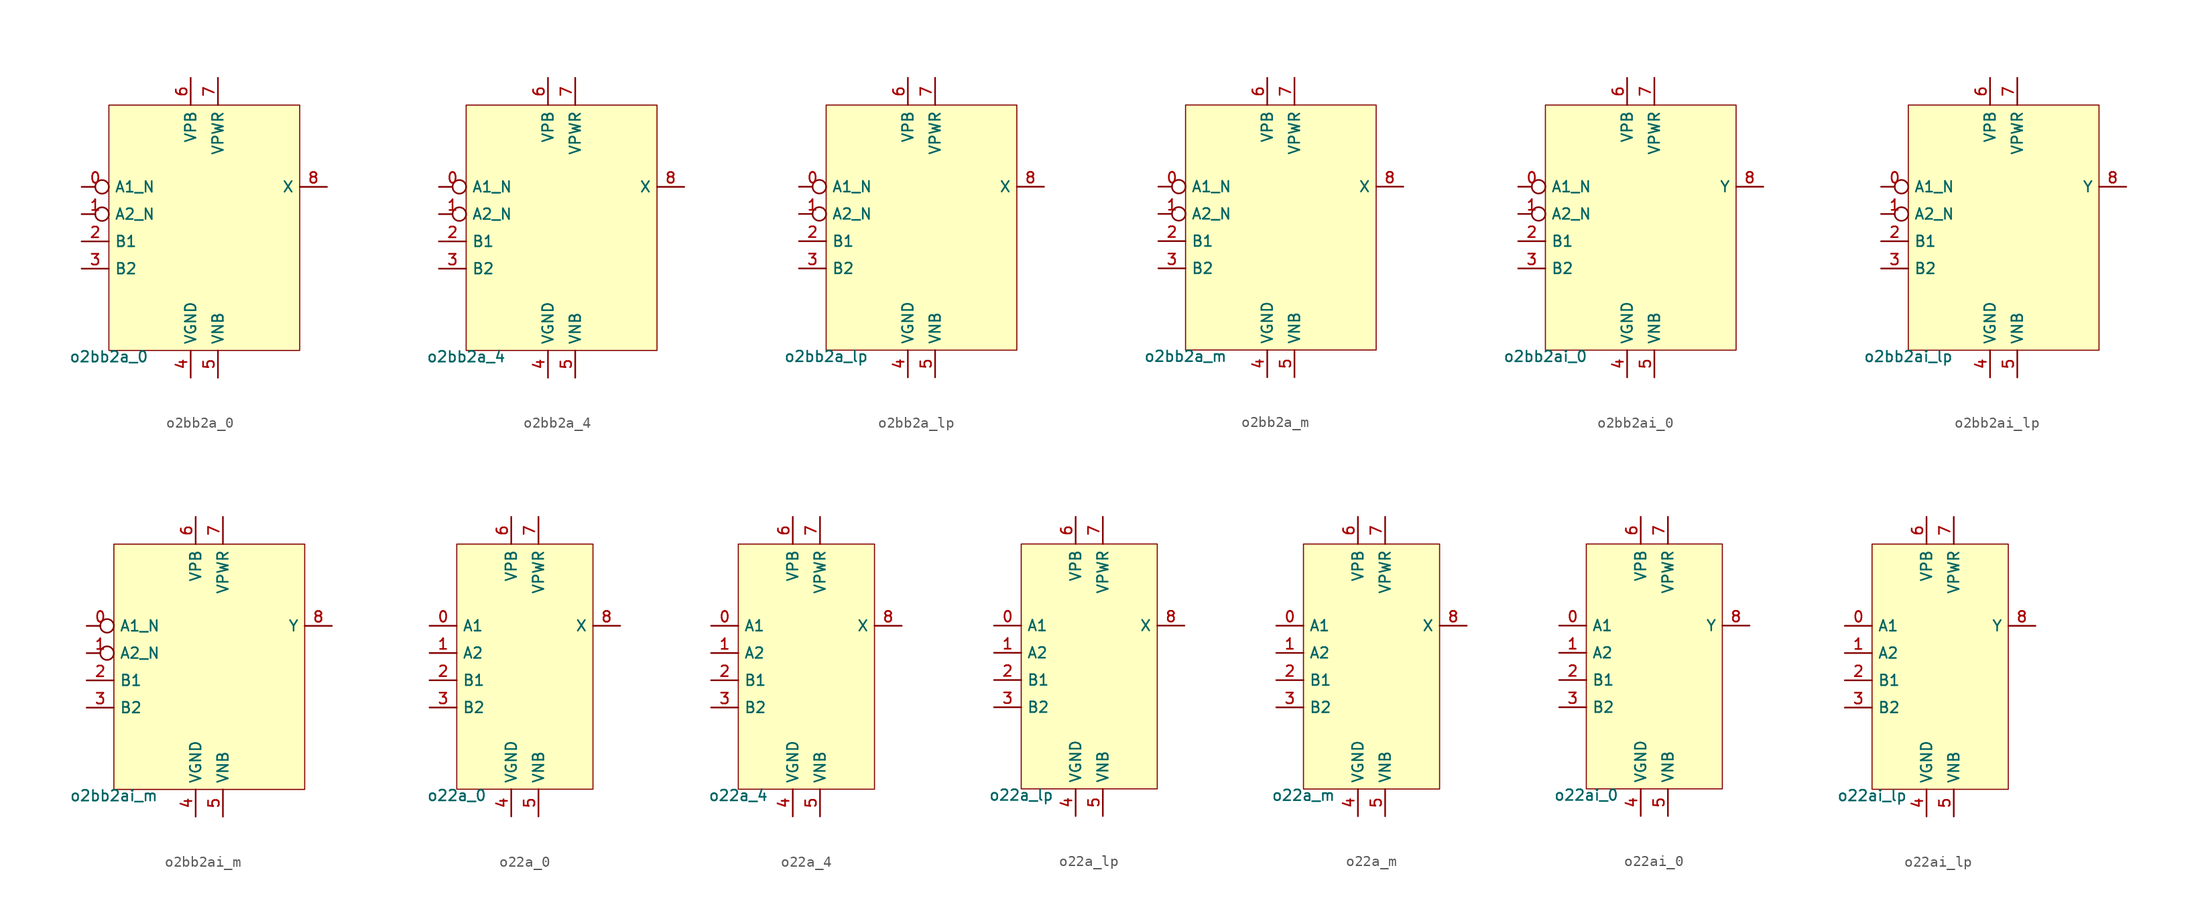
<source format=kicad_sym>
(kicad_symbol_lib
  (version 20211014)
  (generator pdk2kicad)
  (symbol "o2bb2a_0"
    (property "Reference" "X"
      (at 0 0 0)
      (effects (font (size 1 1)) hide))
    (property "Value" "o2bb2a_0"
      (at -8.89 -11.43 0)
      (effects (font (size 1 1)) (justify top)))
    (rectangle
      (start -8.89 -11.43)
      (end 8.89 11.43)
      (stroke (width 0.1) (type solid) (color 0 0 0 0))
      (fill (type background)))
    (pin input inverted
      (at -11.43 3.81 0)
      (length 2.54)
      (name "A1_N" (effects (font (size 1 1)) hide))
      (number "0" (effects (font (size 1 1)) hide)))
    (pin input inverted
      (at -11.43 1.27 0)
      (length 2.54)
      (name "A2_N" (effects (font (size 1 1)) hide))
      (number "1" (effects (font (size 1 1)) hide)))
    (pin input line
      (at -11.43 -1.27 0)
      (length 2.54)
      (name "B1" (effects (font (size 1 1)) hide))
      (number "2" (effects (font (size 1 1)) hide)))
    (pin input line
      (at -11.43 -3.81 0)
      (length 2.54)
      (name "B2" (effects (font (size 1 1)) hide))
      (number "3" (effects (font (size 1 1)) hide)))
    (pin power_in line
      (at -1.27 -13.97 90)
      (length 2.54)
      (name "VGND" (effects (font (size 1 1)) hide))
      (number "4" (effects (font (size 1 1)) hide)))
    (pin power_in line
      (at 1.27 -13.97 90)
      (length 2.54)
      (name "VNB" (effects (font (size 1 1)) hide))
      (number "5" (effects (font (size 1 1)) hide)))
    (pin power_in line
      (at -1.27 13.97 270)
      (length 2.54)
      (name "VPB" (effects (font (size 1 1)) hide))
      (number "6" (effects (font (size 1 1)) hide)))
    (pin power_in line
      (at 1.27 13.97 270)
      (length 2.54)
      (name "VPWR" (effects (font (size 1 1)) hide))
      (number "7" (effects (font (size 1 1)) hide)))
    (pin output line
      (at 11.43 3.81 180)
      (length 2.54)
      (name "X" (effects (font (size 1 1)) hide))
      (number "8" (effects (font (size 1 1)) hide))))
  (symbol "o2bb2a_4"
    (property "Reference" "X"
      (at 0 0 0)
      (effects (font (size 1 1)) hide))
    (property "Value" "o2bb2a_4"
      (at -8.89 -11.43 0)
      (effects (font (size 1 1)) (justify top)))
    (rectangle
      (start -8.89 -11.43)
      (end 8.89 11.43)
      (stroke (width 0.1) (type solid) (color 0 0 0 0))
      (fill (type background)))
    (pin input inverted
      (at -11.43 3.81 0)
      (length 2.54)
      (name "A1_N" (effects (font (size 1 1)) hide))
      (number "0" (effects (font (size 1 1)) hide)))
    (pin input inverted
      (at -11.43 1.27 0)
      (length 2.54)
      (name "A2_N" (effects (font (size 1 1)) hide))
      (number "1" (effects (font (size 1 1)) hide)))
    (pin input line
      (at -11.43 -1.27 0)
      (length 2.54)
      (name "B1" (effects (font (size 1 1)) hide))
      (number "2" (effects (font (size 1 1)) hide)))
    (pin input line
      (at -11.43 -3.81 0)
      (length 2.54)
      (name "B2" (effects (font (size 1 1)) hide))
      (number "3" (effects (font (size 1 1)) hide)))
    (pin power_in line
      (at -1.27 -13.97 90)
      (length 2.54)
      (name "VGND" (effects (font (size 1 1)) hide))
      (number "4" (effects (font (size 1 1)) hide)))
    (pin power_in line
      (at 1.27 -13.97 90)
      (length 2.54)
      (name "VNB" (effects (font (size 1 1)) hide))
      (number "5" (effects (font (size 1 1)) hide)))
    (pin power_in line
      (at -1.27 13.97 270)
      (length 2.54)
      (name "VPB" (effects (font (size 1 1)) hide))
      (number "6" (effects (font (size 1 1)) hide)))
    (pin power_in line
      (at 1.27 13.97 270)
      (length 2.54)
      (name "VPWR" (effects (font (size 1 1)) hide))
      (number "7" (effects (font (size 1 1)) hide)))
    (pin output line
      (at 11.43 3.81 180)
      (length 2.54)
      (name "X" (effects (font (size 1 1)) hide))
      (number "8" (effects (font (size 1 1)) hide))))
  (symbol "o2bb2a_lp"
    (property "Reference" "X"
      (at 0 0 0)
      (effects (font (size 1 1)) hide))
    (property "Value" "o2bb2a_lp"
      (at -8.89 -11.43 0)
      (effects (font (size 1 1)) (justify top)))
    (rectangle
      (start -8.89 -11.43)
      (end 8.89 11.43)
      (stroke (width 0.1) (type solid) (color 0 0 0 0))
      (fill (type background)))
    (pin input inverted
      (at -11.43 3.81 0)
      (length 2.54)
      (name "A1_N" (effects (font (size 1 1)) hide))
      (number "0" (effects (font (size 1 1)) hide)))
    (pin input inverted
      (at -11.43 1.27 0)
      (length 2.54)
      (name "A2_N" (effects (font (size 1 1)) hide))
      (number "1" (effects (font (size 1 1)) hide)))
    (pin input line
      (at -11.43 -1.27 0)
      (length 2.54)
      (name "B1" (effects (font (size 1 1)) hide))
      (number "2" (effects (font (size 1 1)) hide)))
    (pin input line
      (at -11.43 -3.81 0)
      (length 2.54)
      (name "B2" (effects (font (size 1 1)) hide))
      (number "3" (effects (font (size 1 1)) hide)))
    (pin power_in line
      (at -1.27 -13.97 90)
      (length 2.54)
      (name "VGND" (effects (font (size 1 1)) hide))
      (number "4" (effects (font (size 1 1)) hide)))
    (pin power_in line
      (at 1.27 -13.97 90)
      (length 2.54)
      (name "VNB" (effects (font (size 1 1)) hide))
      (number "5" (effects (font (size 1 1)) hide)))
    (pin power_in line
      (at -1.27 13.97 270)
      (length 2.54)
      (name "VPB" (effects (font (size 1 1)) hide))
      (number "6" (effects (font (size 1 1)) hide)))
    (pin power_in line
      (at 1.27 13.97 270)
      (length 2.54)
      (name "VPWR" (effects (font (size 1 1)) hide))
      (number "7" (effects (font (size 1 1)) hide)))
    (pin output line
      (at 11.43 3.81 180)
      (length 2.54)
      (name "X" (effects (font (size 1 1)) hide))
      (number "8" (effects (font (size 1 1)) hide))))
  (symbol "o2bb2a_m"
    (property "Reference" "X"
      (at 0 0 0)
      (effects (font (size 1 1)) hide))
    (property "Value" "o2bb2a_m"
      (at -8.89 -11.43 0)
      (effects (font (size 1 1)) (justify top)))
    (rectangle
      (start -8.89 -11.43)
      (end 8.89 11.43)
      (stroke (width 0.1) (type solid) (color 0 0 0 0))
      (fill (type background)))
    (pin input inverted
      (at -11.43 3.81 0)
      (length 2.54)
      (name "A1_N" (effects (font (size 1 1)) hide))
      (number "0" (effects (font (size 1 1)) hide)))
    (pin input inverted
      (at -11.43 1.27 0)
      (length 2.54)
      (name "A2_N" (effects (font (size 1 1)) hide))
      (number "1" (effects (font (size 1 1)) hide)))
    (pin input line
      (at -11.43 -1.27 0)
      (length 2.54)
      (name "B1" (effects (font (size 1 1)) hide))
      (number "2" (effects (font (size 1 1)) hide)))
    (pin input line
      (at -11.43 -3.81 0)
      (length 2.54)
      (name "B2" (effects (font (size 1 1)) hide))
      (number "3" (effects (font (size 1 1)) hide)))
    (pin power_in line
      (at -1.27 -13.97 90)
      (length 2.54)
      (name "VGND" (effects (font (size 1 1)) hide))
      (number "4" (effects (font (size 1 1)) hide)))
    (pin power_in line
      (at 1.27 -13.97 90)
      (length 2.54)
      (name "VNB" (effects (font (size 1 1)) hide))
      (number "5" (effects (font (size 1 1)) hide)))
    (pin power_in line
      (at -1.27 13.97 270)
      (length 2.54)
      (name "VPB" (effects (font (size 1 1)) hide))
      (number "6" (effects (font (size 1 1)) hide)))
    (pin power_in line
      (at 1.27 13.97 270)
      (length 2.54)
      (name "VPWR" (effects (font (size 1 1)) hide))
      (number "7" (effects (font (size 1 1)) hide)))
    (pin output line
      (at 11.43 3.81 180)
      (length 2.54)
      (name "X" (effects (font (size 1 1)) hide))
      (number "8" (effects (font (size 1 1)) hide))))
  (symbol "o2bb2ai_0"
    (property "Reference" "X"
      (at 0 0 0)
      (effects (font (size 1 1)) hide))
    (property "Value" "o2bb2ai_0"
      (at -8.89 -11.43 0)
      (effects (font (size 1 1)) (justify top)))
    (rectangle
      (start -8.89 -11.43)
      (end 8.89 11.43)
      (stroke (width 0.1) (type solid) (color 0 0 0 0))
      (fill (type background)))
    (pin input inverted
      (at -11.43 3.81 0)
      (length 2.54)
      (name "A1_N" (effects (font (size 1 1)) hide))
      (number "0" (effects (font (size 1 1)) hide)))
    (pin input inverted
      (at -11.43 1.27 0)
      (length 2.54)
      (name "A2_N" (effects (font (size 1 1)) hide))
      (number "1" (effects (font (size 1 1)) hide)))
    (pin input line
      (at -11.43 -1.27 0)
      (length 2.54)
      (name "B1" (effects (font (size 1 1)) hide))
      (number "2" (effects (font (size 1 1)) hide)))
    (pin input line
      (at -11.43 -3.81 0)
      (length 2.54)
      (name "B2" (effects (font (size 1 1)) hide))
      (number "3" (effects (font (size 1 1)) hide)))
    (pin power_in line
      (at -1.27 -13.97 90)
      (length 2.54)
      (name "VGND" (effects (font (size 1 1)) hide))
      (number "4" (effects (font (size 1 1)) hide)))
    (pin power_in line
      (at 1.27 -13.97 90)
      (length 2.54)
      (name "VNB" (effects (font (size 1 1)) hide))
      (number "5" (effects (font (size 1 1)) hide)))
    (pin power_in line
      (at -1.27 13.97 270)
      (length 2.54)
      (name "VPB" (effects (font (size 1 1)) hide))
      (number "6" (effects (font (size 1 1)) hide)))
    (pin power_in line
      (at 1.27 13.97 270)
      (length 2.54)
      (name "VPWR" (effects (font (size 1 1)) hide))
      (number "7" (effects (font (size 1 1)) hide)))
    (pin output line
      (at 11.43 3.81 180)
      (length 2.54)
      (name "Y" (effects (font (size 1 1)) hide))
      (number "8" (effects (font (size 1 1)) hide))))
  (symbol "o2bb2ai_lp"
    (property "Reference" "X"
      (at 0 0 0)
      (effects (font (size 1 1)) hide))
    (property "Value" "o2bb2ai_lp"
      (at -8.89 -11.43 0)
      (effects (font (size 1 1)) (justify top)))
    (rectangle
      (start -8.89 -11.43)
      (end 8.89 11.43)
      (stroke (width 0.1) (type solid) (color 0 0 0 0))
      (fill (type background)))
    (pin input inverted
      (at -11.43 3.81 0)
      (length 2.54)
      (name "A1_N" (effects (font (size 1 1)) hide))
      (number "0" (effects (font (size 1 1)) hide)))
    (pin input inverted
      (at -11.43 1.27 0)
      (length 2.54)
      (name "A2_N" (effects (font (size 1 1)) hide))
      (number "1" (effects (font (size 1 1)) hide)))
    (pin input line
      (at -11.43 -1.27 0)
      (length 2.54)
      (name "B1" (effects (font (size 1 1)) hide))
      (number "2" (effects (font (size 1 1)) hide)))
    (pin input line
      (at -11.43 -3.81 0)
      (length 2.54)
      (name "B2" (effects (font (size 1 1)) hide))
      (number "3" (effects (font (size 1 1)) hide)))
    (pin power_in line
      (at -1.27 -13.97 90)
      (length 2.54)
      (name "VGND" (effects (font (size 1 1)) hide))
      (number "4" (effects (font (size 1 1)) hide)))
    (pin power_in line
      (at 1.27 -13.97 90)
      (length 2.54)
      (name "VNB" (effects (font (size 1 1)) hide))
      (number "5" (effects (font (size 1 1)) hide)))
    (pin power_in line
      (at -1.27 13.97 270)
      (length 2.54)
      (name "VPB" (effects (font (size 1 1)) hide))
      (number "6" (effects (font (size 1 1)) hide)))
    (pin power_in line
      (at 1.27 13.97 270)
      (length 2.54)
      (name "VPWR" (effects (font (size 1 1)) hide))
      (number "7" (effects (font (size 1 1)) hide)))
    (pin output line
      (at 11.43 3.81 180)
      (length 2.54)
      (name "Y" (effects (font (size 1 1)) hide))
      (number "8" (effects (font (size 1 1)) hide))))
  (symbol "o2bb2ai_m"
    (property "Reference" "X"
      (at 0 0 0)
      (effects (font (size 1 1)) hide))
    (property "Value" "o2bb2ai_m"
      (at -8.89 -11.43 0)
      (effects (font (size 1 1)) (justify top)))
    (rectangle
      (start -8.89 -11.43)
      (end 8.89 11.43)
      (stroke (width 0.1) (type solid) (color 0 0 0 0))
      (fill (type background)))
    (pin input inverted
      (at -11.43 3.81 0)
      (length 2.54)
      (name "A1_N" (effects (font (size 1 1)) hide))
      (number "0" (effects (font (size 1 1)) hide)))
    (pin input inverted
      (at -11.43 1.27 0)
      (length 2.54)
      (name "A2_N" (effects (font (size 1 1)) hide))
      (number "1" (effects (font (size 1 1)) hide)))
    (pin input line
      (at -11.43 -1.27 0)
      (length 2.54)
      (name "B1" (effects (font (size 1 1)) hide))
      (number "2" (effects (font (size 1 1)) hide)))
    (pin input line
      (at -11.43 -3.81 0)
      (length 2.54)
      (name "B2" (effects (font (size 1 1)) hide))
      (number "3" (effects (font (size 1 1)) hide)))
    (pin power_in line
      (at -1.27 -13.97 90)
      (length 2.54)
      (name "VGND" (effects (font (size 1 1)) hide))
      (number "4" (effects (font (size 1 1)) hide)))
    (pin power_in line
      (at 1.27 -13.97 90)
      (length 2.54)
      (name "VNB" (effects (font (size 1 1)) hide))
      (number "5" (effects (font (size 1 1)) hide)))
    (pin power_in line
      (at -1.27 13.97 270)
      (length 2.54)
      (name "VPB" (effects (font (size 1 1)) hide))
      (number "6" (effects (font (size 1 1)) hide)))
    (pin power_in line
      (at 1.27 13.97 270)
      (length 2.54)
      (name "VPWR" (effects (font (size 1 1)) hide))
      (number "7" (effects (font (size 1 1)) hide)))
    (pin output line
      (at 11.43 3.81 180)
      (length 2.54)
      (name "Y" (effects (font (size 1 1)) hide))
      (number "8" (effects (font (size 1 1)) hide))))
  (symbol "o22a_0"
    (property "Reference" "X"
      (at 0 0 0)
      (effects (font (size 1 1)) hide))
    (property "Value" "o22a_0"
      (at -6.35 -11.43 0)
      (effects (font (size 1 1)) (justify top)))
    (rectangle
      (start -6.35 -11.43)
      (end 6.35 11.43)
      (stroke (width 0.1) (type solid) (color 0 0 0 0))
      (fill (type background)))
    (pin input line
      (at -8.89 3.81 0)
      (length 2.54)
      (name "A1" (effects (font (size 1 1)) hide))
      (number "0" (effects (font (size 1 1)) hide)))
    (pin input line
      (at -8.89 1.27 0)
      (length 2.54)
      (name "A2" (effects (font (size 1 1)) hide))
      (number "1" (effects (font (size 1 1)) hide)))
    (pin input line
      (at -8.89 -1.27 0)
      (length 2.54)
      (name "B1" (effects (font (size 1 1)) hide))
      (number "2" (effects (font (size 1 1)) hide)))
    (pin input line
      (at -8.89 -3.81 0)
      (length 2.54)
      (name "B2" (effects (font (size 1 1)) hide))
      (number "3" (effects (font (size 1 1)) hide)))
    (pin power_in line
      (at -1.27 -13.97 90)
      (length 2.54)
      (name "VGND" (effects (font (size 1 1)) hide))
      (number "4" (effects (font (size 1 1)) hide)))
    (pin power_in line
      (at 1.27 -13.97 90)
      (length 2.54)
      (name "VNB" (effects (font (size 1 1)) hide))
      (number "5" (effects (font (size 1 1)) hide)))
    (pin power_in line
      (at -1.27 13.97 270)
      (length 2.54)
      (name "VPB" (effects (font (size 1 1)) hide))
      (number "6" (effects (font (size 1 1)) hide)))
    (pin power_in line
      (at 1.27 13.97 270)
      (length 2.54)
      (name "VPWR" (effects (font (size 1 1)) hide))
      (number "7" (effects (font (size 1 1)) hide)))
    (pin output line
      (at 8.89 3.81 180)
      (length 2.54)
      (name "X" (effects (font (size 1 1)) hide))
      (number "8" (effects (font (size 1 1)) hide))))
  (symbol "o22a_4"
    (property "Reference" "X"
      (at 0 0 0)
      (effects (font (size 1 1)) hide))
    (property "Value" "o22a_4"
      (at -6.35 -11.43 0)
      (effects (font (size 1 1)) (justify top)))
    (rectangle
      (start -6.35 -11.43)
      (end 6.35 11.43)
      (stroke (width 0.1) (type solid) (color 0 0 0 0))
      (fill (type background)))
    (pin input line
      (at -8.89 3.81 0)
      (length 2.54)
      (name "A1" (effects (font (size 1 1)) hide))
      (number "0" (effects (font (size 1 1)) hide)))
    (pin input line
      (at -8.89 1.27 0)
      (length 2.54)
      (name "A2" (effects (font (size 1 1)) hide))
      (number "1" (effects (font (size 1 1)) hide)))
    (pin input line
      (at -8.89 -1.27 0)
      (length 2.54)
      (name "B1" (effects (font (size 1 1)) hide))
      (number "2" (effects (font (size 1 1)) hide)))
    (pin input line
      (at -8.89 -3.81 0)
      (length 2.54)
      (name "B2" (effects (font (size 1 1)) hide))
      (number "3" (effects (font (size 1 1)) hide)))
    (pin power_in line
      (at -1.27 -13.97 90)
      (length 2.54)
      (name "VGND" (effects (font (size 1 1)) hide))
      (number "4" (effects (font (size 1 1)) hide)))
    (pin power_in line
      (at 1.27 -13.97 90)
      (length 2.54)
      (name "VNB" (effects (font (size 1 1)) hide))
      (number "5" (effects (font (size 1 1)) hide)))
    (pin power_in line
      (at -1.27 13.97 270)
      (length 2.54)
      (name "VPB" (effects (font (size 1 1)) hide))
      (number "6" (effects (font (size 1 1)) hide)))
    (pin power_in line
      (at 1.27 13.97 270)
      (length 2.54)
      (name "VPWR" (effects (font (size 1 1)) hide))
      (number "7" (effects (font (size 1 1)) hide)))
    (pin output line
      (at 8.89 3.81 180)
      (length 2.54)
      (name "X" (effects (font (size 1 1)) hide))
      (number "8" (effects (font (size 1 1)) hide))))
  (symbol "o22a_lp"
    (property "Reference" "X"
      (at 0 0 0)
      (effects (font (size 1 1)) hide))
    (property "Value" "o22a_lp"
      (at -6.35 -11.43 0)
      (effects (font (size 1 1)) (justify top)))
    (rectangle
      (start -6.35 -11.43)
      (end 6.35 11.43)
      (stroke (width 0.1) (type solid) (color 0 0 0 0))
      (fill (type background)))
    (pin input line
      (at -8.89 3.81 0)
      (length 2.54)
      (name "A1" (effects (font (size 1 1)) hide))
      (number "0" (effects (font (size 1 1)) hide)))
    (pin input line
      (at -8.89 1.27 0)
      (length 2.54)
      (name "A2" (effects (font (size 1 1)) hide))
      (number "1" (effects (font (size 1 1)) hide)))
    (pin input line
      (at -8.89 -1.27 0)
      (length 2.54)
      (name "B1" (effects (font (size 1 1)) hide))
      (number "2" (effects (font (size 1 1)) hide)))
    (pin input line
      (at -8.89 -3.81 0)
      (length 2.54)
      (name "B2" (effects (font (size 1 1)) hide))
      (number "3" (effects (font (size 1 1)) hide)))
    (pin power_in line
      (at -1.27 -13.97 90)
      (length 2.54)
      (name "VGND" (effects (font (size 1 1)) hide))
      (number "4" (effects (font (size 1 1)) hide)))
    (pin power_in line
      (at 1.27 -13.97 90)
      (length 2.54)
      (name "VNB" (effects (font (size 1 1)) hide))
      (number "5" (effects (font (size 1 1)) hide)))
    (pin power_in line
      (at -1.27 13.97 270)
      (length 2.54)
      (name "VPB" (effects (font (size 1 1)) hide))
      (number "6" (effects (font (size 1 1)) hide)))
    (pin power_in line
      (at 1.27 13.97 270)
      (length 2.54)
      (name "VPWR" (effects (font (size 1 1)) hide))
      (number "7" (effects (font (size 1 1)) hide)))
    (pin output line
      (at 8.89 3.81 180)
      (length 2.54)
      (name "X" (effects (font (size 1 1)) hide))
      (number "8" (effects (font (size 1 1)) hide))))
  (symbol "o22a_m"
    (property "Reference" "X"
      (at 0 0 0)
      (effects (font (size 1 1)) hide))
    (property "Value" "o22a_m"
      (at -6.35 -11.43 0)
      (effects (font (size 1 1)) (justify top)))
    (rectangle
      (start -6.35 -11.43)
      (end 6.35 11.43)
      (stroke (width 0.1) (type solid) (color 0 0 0 0))
      (fill (type background)))
    (pin input line
      (at -8.89 3.81 0)
      (length 2.54)
      (name "A1" (effects (font (size 1 1)) hide))
      (number "0" (effects (font (size 1 1)) hide)))
    (pin input line
      (at -8.89 1.27 0)
      (length 2.54)
      (name "A2" (effects (font (size 1 1)) hide))
      (number "1" (effects (font (size 1 1)) hide)))
    (pin input line
      (at -8.89 -1.27 0)
      (length 2.54)
      (name "B1" (effects (font (size 1 1)) hide))
      (number "2" (effects (font (size 1 1)) hide)))
    (pin input line
      (at -8.89 -3.81 0)
      (length 2.54)
      (name "B2" (effects (font (size 1 1)) hide))
      (number "3" (effects (font (size 1 1)) hide)))
    (pin power_in line
      (at -1.27 -13.97 90)
      (length 2.54)
      (name "VGND" (effects (font (size 1 1)) hide))
      (number "4" (effects (font (size 1 1)) hide)))
    (pin power_in line
      (at 1.27 -13.97 90)
      (length 2.54)
      (name "VNB" (effects (font (size 1 1)) hide))
      (number "5" (effects (font (size 1 1)) hide)))
    (pin power_in line
      (at -1.27 13.97 270)
      (length 2.54)
      (name "VPB" (effects (font (size 1 1)) hide))
      (number "6" (effects (font (size 1 1)) hide)))
    (pin power_in line
      (at 1.27 13.97 270)
      (length 2.54)
      (name "VPWR" (effects (font (size 1 1)) hide))
      (number "7" (effects (font (size 1 1)) hide)))
    (pin output line
      (at 8.89 3.81 180)
      (length 2.54)
      (name "X" (effects (font (size 1 1)) hide))
      (number "8" (effects (font (size 1 1)) hide))))
  (symbol "o22ai_0"
    (property "Reference" "X"
      (at 0 0 0)
      (effects (font (size 1 1)) hide))
    (property "Value" "o22ai_0"
      (at -6.35 -11.43 0)
      (effects (font (size 1 1)) (justify top)))
    (rectangle
      (start -6.35 -11.43)
      (end 6.35 11.43)
      (stroke (width 0.1) (type solid) (color 0 0 0 0))
      (fill (type background)))
    (pin input line
      (at -8.89 3.81 0)
      (length 2.54)
      (name "A1" (effects (font (size 1 1)) hide))
      (number "0" (effects (font (size 1 1)) hide)))
    (pin input line
      (at -8.89 1.27 0)
      (length 2.54)
      (name "A2" (effects (font (size 1 1)) hide))
      (number "1" (effects (font (size 1 1)) hide)))
    (pin input line
      (at -8.89 -1.27 0)
      (length 2.54)
      (name "B1" (effects (font (size 1 1)) hide))
      (number "2" (effects (font (size 1 1)) hide)))
    (pin input line
      (at -8.89 -3.81 0)
      (length 2.54)
      (name "B2" (effects (font (size 1 1)) hide))
      (number "3" (effects (font (size 1 1)) hide)))
    (pin power_in line
      (at -1.27 -13.97 90)
      (length 2.54)
      (name "VGND" (effects (font (size 1 1)) hide))
      (number "4" (effects (font (size 1 1)) hide)))
    (pin power_in line
      (at 1.27 -13.97 90)
      (length 2.54)
      (name "VNB" (effects (font (size 1 1)) hide))
      (number "5" (effects (font (size 1 1)) hide)))
    (pin power_in line
      (at -1.27 13.97 270)
      (length 2.54)
      (name "VPB" (effects (font (size 1 1)) hide))
      (number "6" (effects (font (size 1 1)) hide)))
    (pin power_in line
      (at 1.27 13.97 270)
      (length 2.54)
      (name "VPWR" (effects (font (size 1 1)) hide))
      (number "7" (effects (font (size 1 1)) hide)))
    (pin output line
      (at 8.89 3.81 180)
      (length 2.54)
      (name "Y" (effects (font (size 1 1)) hide))
      (number "8" (effects (font (size 1 1)) hide))))
  (symbol "o22ai_lp"
    (property "Reference" "X"
      (at 0 0 0)
      (effects (font (size 1 1)) hide))
    (property "Value" "o22ai_lp"
      (at -6.35 -11.43 0)
      (effects (font (size 1 1)) (justify top)))
    (rectangle
      (start -6.35 -11.43)
      (end 6.35 11.43)
      (stroke (width 0.1) (type solid) (color 0 0 0 0))
      (fill (type background)))
    (pin input line
      (at -8.89 3.81 0)
      (length 2.54)
      (name "A1" (effects (font (size 1 1)) hide))
      (number "0" (effects (font (size 1 1)) hide)))
    (pin input line
      (at -8.89 1.27 0)
      (length 2.54)
      (name "A2" (effects (font (size 1 1)) hide))
      (number "1" (effects (font (size 1 1)) hide)))
    (pin input line
      (at -8.89 -1.27 0)
      (length 2.54)
      (name "B1" (effects (font (size 1 1)) hide))
      (number "2" (effects (font (size 1 1)) hide)))
    (pin input line
      (at -8.89 -3.81 0)
      (length 2.54)
      (name "B2" (effects (font (size 1 1)) hide))
      (number "3" (effects (font (size 1 1)) hide)))
    (pin power_in line
      (at -1.27 -13.97 90)
      (length 2.54)
      (name "VGND" (effects (font (size 1 1)) hide))
      (number "4" (effects (font (size 1 1)) hide)))
    (pin power_in line
      (at 1.27 -13.97 90)
      (length 2.54)
      (name "VNB" (effects (font (size 1 1)) hide))
      (number "5" (effects (font (size 1 1)) hide)))
    (pin power_in line
      (at -1.27 13.97 270)
      (length 2.54)
      (name "VPB" (effects (font (size 1 1)) hide))
      (number "6" (effects (font (size 1 1)) hide)))
    (pin power_in line
      (at 1.27 13.97 270)
      (length 2.54)
      (name "VPWR" (effects (font (size 1 1)) hide))
      (number "7" (effects (font (size 1 1)) hide)))
    (pin output line
      (at 8.89 3.81 180)
      (length 2.54)
      (name "Y" (effects (font (size 1 1)) hide))
      (number "8" (effects (font (size 1 1)) hide)))))
</source>
